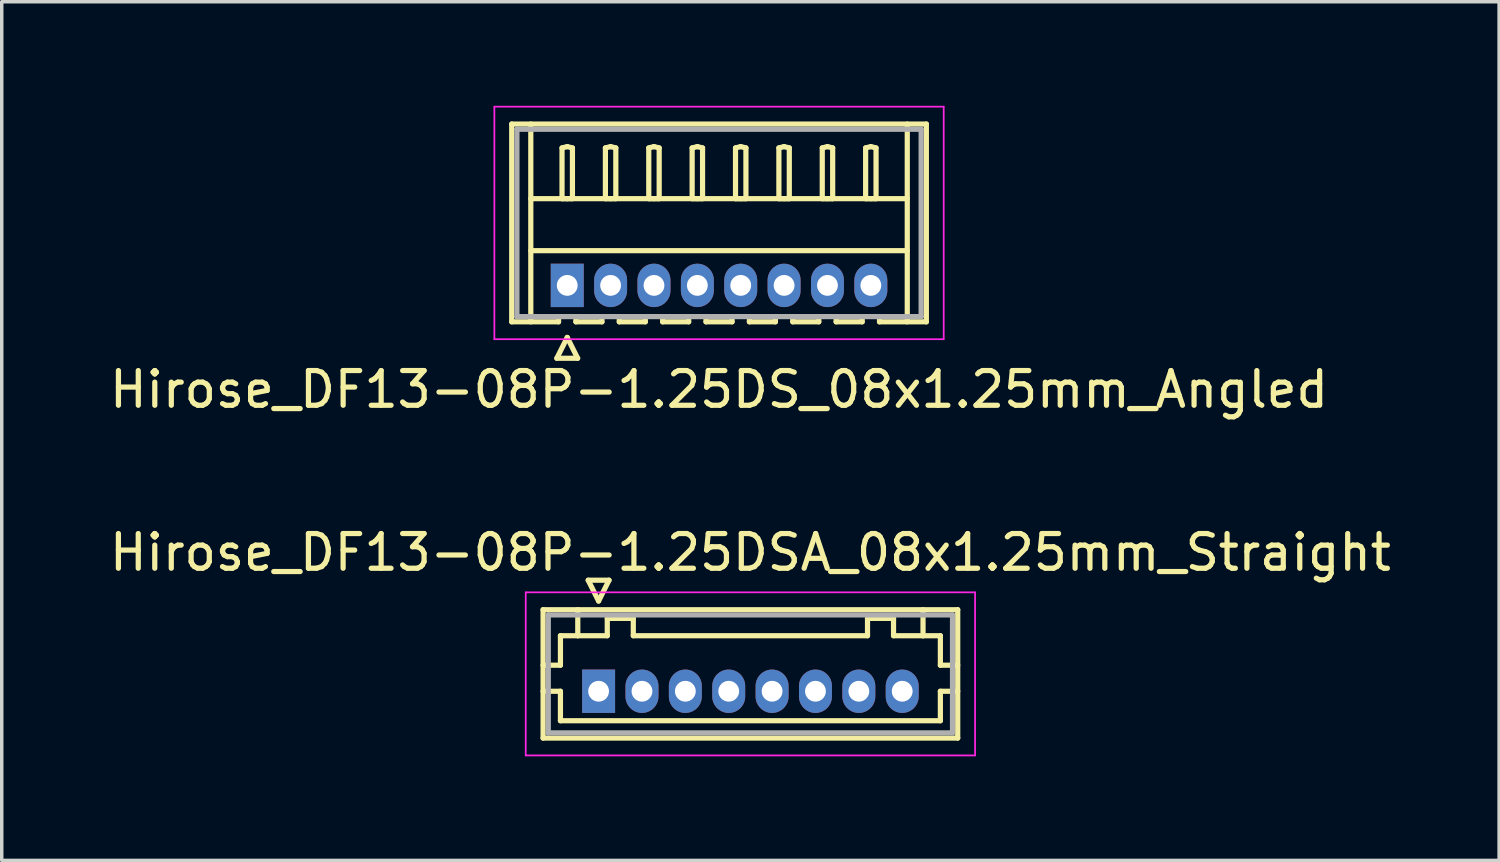
<source format=kicad_pcb>
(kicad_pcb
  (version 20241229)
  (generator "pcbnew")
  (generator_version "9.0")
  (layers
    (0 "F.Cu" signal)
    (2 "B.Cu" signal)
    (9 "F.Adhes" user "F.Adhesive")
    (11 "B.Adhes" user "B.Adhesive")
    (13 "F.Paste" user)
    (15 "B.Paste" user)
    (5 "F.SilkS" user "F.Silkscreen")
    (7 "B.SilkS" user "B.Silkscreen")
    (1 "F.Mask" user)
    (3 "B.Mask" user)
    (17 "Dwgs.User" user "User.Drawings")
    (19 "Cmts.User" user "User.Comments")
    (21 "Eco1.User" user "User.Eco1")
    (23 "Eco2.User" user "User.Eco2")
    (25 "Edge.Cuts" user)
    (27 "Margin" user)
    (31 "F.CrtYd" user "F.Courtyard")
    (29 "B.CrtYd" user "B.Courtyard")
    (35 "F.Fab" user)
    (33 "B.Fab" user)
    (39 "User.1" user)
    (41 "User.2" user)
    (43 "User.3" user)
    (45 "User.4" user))
  (footprint "Hirose_DF13-08P-1.25DS_08x1.25mm_Angled"
    (layer "F.Cu")
    (at 13.298 5.175)
    (property "Reference" "Hirose_DF13-08P-1.25DS_08x1.25mm_Angled" (at 4.375 3 0) (layer "F.SilkS") (effects (font (size 1 1) (thickness 0.15))))
    (attr through_hole)
    (fp_line (start -1.6 -4.65) (end 10.35 -4.65) (stroke (width 0.15) (type solid)) (layer "F.SilkS"))
    (fp_line (start -1.6 1.05) (end -1.6 -4.65) (stroke (width 0.15) (type solid)) (layer "F.SilkS"))
    (fp_line (start -1.05 -4.65) (end -1.05 1.05) (stroke (width 0.15) (type solid)) (layer "F.SilkS"))
    (fp_line (start -1.05 -2.5) (end 9.8 -2.5) (stroke (width 0.15) (type solid)) (layer "F.SilkS"))
    (fp_line (start -1.05 -1) (end 9.8 -1) (stroke (width 0.15) (type solid)) (layer "F.SilkS"))
    (fp_line (start -0.3 2.1) (end 0.3 2.1) (stroke (width 0.15) (type solid)) (layer "F.SilkS"))
    (fp_line (start -0.25 0.9) (end -0.25 1.05) (stroke (width 0.15) (type solid)) (layer "F.SilkS"))
    (fp_line (start -0.25 1.05) (end -1.6 1.05) (stroke (width 0.15) (type solid)) (layer "F.SilkS"))
    (fp_line (start -0.15 -3.962) (end 0 -4) (stroke (width 0.15) (type solid)) (layer "F.SilkS"))
    (fp_line (start -0.15 -2.5) (end -0.15 -3.962) (stroke (width 0.15) (type solid)) (layer "F.SilkS"))
    (fp_line (start 0 -4) (end 0.15 -3.962) (stroke (width 0.15) (type solid)) (layer "F.SilkS"))
    (fp_line (start 0 -2.5) (end -0.15 -2.5) (stroke (width 0.15) (type solid)) (layer "F.SilkS"))
    (fp_line (start 0 1.5) (end -0.3 2.1) (stroke (width 0.15) (type solid)) (layer "F.SilkS"))
    (fp_line (start 0.15 -3.962) (end 0.15 -2.5) (stroke (width 0.15) (type solid)) (layer "F.SilkS"))
    (fp_line (start 0.15 -2.5) (end 0 -2.5) (stroke (width 0.15) (type solid)) (layer "F.SilkS"))
    (fp_line (start 0.25 0.9) (end 0.25 1.05) (stroke (width 0.15) (type solid)) (layer "F.SilkS"))
    (fp_line (start 0.25 1.05) (end 1 1.05) (stroke (width 0.15) (type solid)) (layer "F.SilkS"))
    (fp_line (start 0.3 2.1) (end 0 1.5) (stroke (width 0.15) (type solid)) (layer "F.SilkS"))
    (fp_line (start 1 1.05) (end 1 0.9) (stroke (width 0.15) (type solid)) (layer "F.SilkS"))
    (fp_line (start 1.1 -3.962) (end 1.25 -4) (stroke (width 0.15) (type solid)) (layer "F.SilkS"))
    (fp_line (start 1.1 -2.5) (end 1.1 -3.962) (stroke (width 0.15) (type solid)) (layer "F.SilkS"))
    (fp_line (start 1.25 -4) (end 1.4 -3.962) (stroke (width 0.15) (type solid)) (layer "F.SilkS"))
    (fp_line (start 1.25 -2.5) (end 1.1 -2.5) (stroke (width 0.15) (type solid)) (layer "F.SilkS"))
    (fp_line (start 1.4 -3.962) (end 1.4 -2.5) (stroke (width 0.15) (type solid)) (layer "F.SilkS"))
    (fp_line (start 1.4 -2.5) (end 1.25 -2.5) (stroke (width 0.15) (type solid)) (layer "F.SilkS"))
    (fp_line (start 1.5 0.9) (end 1.5 1.05) (stroke (width 0.15) (type solid)) (layer "F.SilkS"))
    (fp_line (start 1.5 1.05) (end 2.25 1.05) (stroke (width 0.15) (type solid)) (layer "F.SilkS"))
    (fp_line (start 2.25 1.05) (end 2.25 0.9) (stroke (width 0.15) (type solid)) (layer "F.SilkS"))
    (fp_line (start 2.35 -3.962) (end 2.5 -4) (stroke (width 0.15) (type solid)) (layer "F.SilkS"))
    (fp_line (start 2.35 -2.5) (end 2.35 -3.962) (stroke (width 0.15) (type solid)) (layer "F.SilkS"))
    (fp_line (start 2.5 -4) (end 2.65 -3.962) (stroke (width 0.15) (type solid)) (layer "F.SilkS"))
    (fp_line (start 2.5 -2.5) (end 2.35 -2.5) (stroke (width 0.15) (type solid)) (layer "F.SilkS"))
    (fp_line (start 2.65 -3.962) (end 2.65 -2.5) (stroke (width 0.15) (type solid)) (layer "F.SilkS"))
    (fp_line (start 2.65 -2.5) (end 2.5 -2.5) (stroke (width 0.15) (type solid)) (layer "F.SilkS"))
    (fp_line (start 2.75 0.9) (end 2.75 1.05) (stroke (width 0.15) (type solid)) (layer "F.SilkS"))
    (fp_line (start 2.75 1.05) (end 3.5 1.05) (stroke (width 0.15) (type solid)) (layer "F.SilkS"))
    (fp_line (start 3.5 1.05) (end 3.5 0.9) (stroke (width 0.15) (type solid)) (layer "F.SilkS"))
    (fp_line (start 3.6 -3.962) (end 3.75 -4) (stroke (width 0.15) (type solid)) (layer "F.SilkS"))
    (fp_line (start 3.6 -2.5) (end 3.6 -3.962) (stroke (width 0.15) (type solid)) (layer "F.SilkS"))
    (fp_line (start 3.75 -4) (end 3.9 -3.962) (stroke (width 0.15) (type solid)) (layer "F.SilkS"))
    (fp_line (start 3.75 -2.5) (end 3.6 -2.5) (stroke (width 0.15) (type solid)) (layer "F.SilkS"))
    (fp_line (start 3.9 -3.962) (end 3.9 -2.5) (stroke (width 0.15) (type solid)) (layer "F.SilkS"))
    (fp_line (start 3.9 -2.5) (end 3.75 -2.5) (stroke (width 0.15) (type solid)) (layer "F.SilkS"))
    (fp_line (start 4 0.9) (end 4 1.05) (stroke (width 0.15) (type solid)) (layer "F.SilkS"))
    (fp_line (start 4 1.05) (end 4.75 1.05) (stroke (width 0.15) (type solid)) (layer "F.SilkS"))
    (fp_line (start 4.75 1.05) (end 4.75 0.9) (stroke (width 0.15) (type solid)) (layer "F.SilkS"))
    (fp_line (start 4.85 -3.962) (end 5 -4) (stroke (width 0.15) (type solid)) (layer "F.SilkS"))
    (fp_line (start 4.85 -2.5) (end 4.85 -3.962) (stroke (width 0.15) (type solid)) (layer "F.SilkS"))
    (fp_line (start 5 -4) (end 5.15 -3.962) (stroke (width 0.15) (type solid)) (layer "F.SilkS"))
    (fp_line (start 5 -2.5) (end 4.85 -2.5) (stroke (width 0.15) (type solid)) (layer "F.SilkS"))
    (fp_line (start 5.15 -3.962) (end 5.15 -2.5) (stroke (width 0.15) (type solid)) (layer "F.SilkS"))
    (fp_line (start 5.15 -2.5) (end 5 -2.5) (stroke (width 0.15) (type solid)) (layer "F.SilkS"))
    (fp_line (start 5.25 0.9) (end 5.25 1.05) (stroke (width 0.15) (type solid)) (layer "F.SilkS"))
    (fp_line (start 5.25 1.05) (end 6 1.05) (stroke (width 0.15) (type solid)) (layer "F.SilkS"))
    (fp_line (start 6 1.05) (end 6 0.9) (stroke (width 0.15) (type solid)) (layer "F.SilkS"))
    (fp_line (start 6.1 -3.962) (end 6.25 -4) (stroke (width 0.15) (type solid)) (layer "F.SilkS"))
    (fp_line (start 6.1 -2.5) (end 6.1 -3.962) (stroke (width 0.15) (type solid)) (layer "F.SilkS"))
    (fp_line (start 6.25 -4) (end 6.4 -3.962) (stroke (width 0.15) (type solid)) (layer "F.SilkS"))
    (fp_line (start 6.25 -2.5) (end 6.1 -2.5) (stroke (width 0.15) (type solid)) (layer "F.SilkS"))
    (fp_line (start 6.4 -3.962) (end 6.4 -2.5) (stroke (width 0.15) (type solid)) (layer "F.SilkS"))
    (fp_line (start 6.4 -2.5) (end 6.25 -2.5) (stroke (width 0.15) (type solid)) (layer "F.SilkS"))
    (fp_line (start 6.5 0.9) (end 6.5 1.05) (stroke (width 0.15) (type solid)) (layer "F.SilkS"))
    (fp_line (start 6.5 1.05) (end 7.25 1.05) (stroke (width 0.15) (type solid)) (layer "F.SilkS"))
    (fp_line (start 7.25 1.05) (end 7.25 0.9) (stroke (width 0.15) (type solid)) (layer "F.SilkS"))
    (fp_line (start 7.35 -3.962) (end 7.5 -4) (stroke (width 0.15) (type solid)) (layer "F.SilkS"))
    (fp_line (start 7.35 -2.5) (end 7.35 -3.962) (stroke (width 0.15) (type solid)) (layer "F.SilkS"))
    (fp_line (start 7.5 -4) (end 7.65 -3.962) (stroke (width 0.15) (type solid)) (layer "F.SilkS"))
    (fp_line (start 7.5 -2.5) (end 7.35 -2.5) (stroke (width 0.15) (type solid)) (layer "F.SilkS"))
    (fp_line (start 7.65 -3.962) (end 7.65 -2.5) (stroke (width 0.15) (type solid)) (layer "F.SilkS"))
    (fp_line (start 7.65 -2.5) (end 7.5 -2.5) (stroke (width 0.15) (type solid)) (layer "F.SilkS"))
    (fp_line (start 7.75 0.9) (end 7.75 1.05) (stroke (width 0.15) (type solid)) (layer "F.SilkS"))
    (fp_line (start 7.75 1.05) (end 8.5 1.05) (stroke (width 0.15) (type solid)) (layer "F.SilkS"))
    (fp_line (start 8.5 1.05) (end 8.5 0.9) (stroke (width 0.15) (type solid)) (layer "F.SilkS"))
    (fp_line (start 8.6 -3.962) (end 8.75 -4) (stroke (width 0.15) (type solid)) (layer "F.SilkS"))
    (fp_line (start 8.6 -2.5) (end 8.6 -3.962) (stroke (width 0.15) (type solid)) (layer "F.SilkS"))
    (fp_line (start 8.75 -4) (end 8.9 -3.962) (stroke (width 0.15) (type solid)) (layer "F.SilkS"))
    (fp_line (start 8.75 -2.5) (end 8.6 -2.5) (stroke (width 0.15) (type solid)) (layer "F.SilkS"))
    (fp_line (start 8.9 -3.962) (end 8.9 -2.5) (stroke (width 0.15) (type solid)) (layer "F.SilkS"))
    (fp_line (start 8.9 -2.5) (end 8.75 -2.5) (stroke (width 0.15) (type solid)) (layer "F.SilkS"))
    (fp_line (start 9 1.05) (end 9 0.9) (stroke (width 0.15) (type solid)) (layer "F.SilkS"))
    (fp_line (start 9.8 -4.65) (end 9.8 1.05) (stroke (width 0.15) (type solid)) (layer "F.SilkS"))
    (fp_line (start 10.35 -4.65) (end 10.35 1.05) (stroke (width 0.15) (type solid)) (layer "F.SilkS"))
    (fp_line (start 10.35 1.05) (end 9 1.05) (stroke (width 0.15) (type solid)) (layer "F.SilkS"))
    (fp_line (start -2.1 -5.15) (end -2.1 1.55) (stroke (width 0.05) (type solid)) (layer "F.CrtYd"))
    (fp_line (start -2.1 1.55) (end 10.85 1.55) (stroke (width 0.05) (type solid)) (layer "F.CrtYd"))
    (fp_line (start 10.85 -5.15) (end -2.1 -5.15) (stroke (width 0.05) (type solid)) (layer "F.CrtYd"))
    (fp_line (start 10.85 1.55) (end 10.85 -5.15) (stroke (width 0.05) (type solid)) (layer "F.CrtYd"))
    (fp_line (start -1.45 -4.5) (end -1.45 0.9) (stroke (width 0.15) (type solid)) (layer "F.Fab"))
    (fp_line (start -1.45 0.9) (end 10.2 0.9) (stroke (width 0.15) (type solid)) (layer "F.Fab"))
    (fp_line (start 10.2 -4.5) (end -1.45 -4.5) (stroke (width 0.15) (type solid)) (layer "F.Fab"))
    (fp_line (start 10.2 0.9) (end 10.2 -4.5) (stroke (width 0.15) (type solid)) (layer "F.Fab"))
    (pad "1" thru_hole rect (at 0 0) (size 0.95 1.25) (drill 0.6) (layers "*.Cu" "*.Mask"))
    (pad "2" thru_hole oval (at 1.25 0) (size 0.95 1.25) (drill 0.6) (layers "*.Cu" "*.Mask"))
    (pad "3" thru_hole oval (at 2.5 0) (size 0.95 1.25) (drill 0.6) (layers "*.Cu" "*.Mask"))
    (pad "4" thru_hole oval (at 3.75 0) (size 0.95 1.25) (drill 0.6) (layers "*.Cu" "*.Mask"))
    (pad "5" thru_hole oval (at 5 0) (size 0.95 1.25) (drill 0.6) (layers "*.Cu" "*.Mask"))
    (pad "6" thru_hole oval (at 6.25 0) (size 0.95 1.25) (drill 0.6) (layers "*.Cu" "*.Mask"))
    (pad "7" thru_hole oval (at 7.5 0) (size 0.95 1.25) (drill 0.6) (layers "*.Cu" "*.Mask"))
    (pad "8" thru_hole oval (at 8.75 0) (size 0.95 1.25) (drill 0.6) (layers "*.Cu" "*.Mask")))
  (footprint "Hirose_DF13-08P-1.25DSA_08x1.25mm_Straight"
    (layer "F.Cu")
    (at 14.202 16.872)
    (property "Reference" "Hirose_DF13-08P-1.25DSA_08x1.25mm_Straight" (at 4.375 -4 0) (layer "F.SilkS") (effects (font (size 1 1) (thickness 0.15))))
    (attr through_hole)
    (fp_line (start -1.6 -2.35) (end -1.6 1.35) (stroke (width 0.15) (type solid)) (layer "F.SilkS"))
    (fp_line (start -1.6 -0.75) (end -1.1 -0.75) (stroke (width 0.15) (type solid)) (layer "F.SilkS"))
    (fp_line (start -1.6 0) (end -1.1 0) (stroke (width 0.15) (type solid)) (layer "F.SilkS"))
    (fp_line (start -1.6 1.35) (end 10.35 1.35) (stroke (width 0.15) (type solid)) (layer "F.SilkS"))
    (fp_line (start -1.1 -1.6) (end -0.6 -1.6) (stroke (width 0.15) (type solid)) (layer "F.SilkS"))
    (fp_line (start -1.1 -0.75) (end -1.1 -1.6) (stroke (width 0.15) (type solid)) (layer "F.SilkS"))
    (fp_line (start -1.1 0) (end -1.1 0.85) (stroke (width 0.15) (type solid)) (layer "F.SilkS"))
    (fp_line (start -1.1 0.85) (end 9.85 0.85) (stroke (width 0.15) (type solid)) (layer "F.SilkS"))
    (fp_line (start -0.6 -1.6) (end -0.6 -2.35) (stroke (width 0.15) (type solid)) (layer "F.SilkS"))
    (fp_line (start -0.6 -1.6) (end 0.25 -1.6) (stroke (width 0.15) (type solid)) (layer "F.SilkS"))
    (fp_line (start -0.3 -3.2) (end 0.3 -3.2) (stroke (width 0.15) (type solid)) (layer "F.SilkS"))
    (fp_line (start 0 -2.6) (end -0.3 -3.2) (stroke (width 0.15) (type solid)) (layer "F.SilkS"))
    (fp_line (start 0.25 -2.1) (end 1 -2.1) (stroke (width 0.15) (type solid)) (layer "F.SilkS"))
    (fp_line (start 0.25 -1.6) (end 0.25 -2.1) (stroke (width 0.15) (type solid)) (layer "F.SilkS"))
    (fp_line (start 0.3 -3.2) (end 0 -2.6) (stroke (width 0.15) (type solid)) (layer "F.SilkS"))
    (fp_line (start 1 -2.1) (end 1 -1.6) (stroke (width 0.15) (type solid)) (layer "F.SilkS"))
    (fp_line (start 1 -1.6) (end 7.75 -1.6) (stroke (width 0.15) (type solid)) (layer "F.SilkS"))
    (fp_line (start 7.75 -2.1) (end 8.5 -2.1) (stroke (width 0.15) (type solid)) (layer "F.SilkS"))
    (fp_line (start 7.75 -1.6) (end 7.75 -2.1) (stroke (width 0.15) (type solid)) (layer "F.SilkS"))
    (fp_line (start 8.5 -2.1) (end 8.5 -1.6) (stroke (width 0.15) (type solid)) (layer "F.SilkS"))
    (fp_line (start 8.5 -1.6) (end 9.35 -1.6) (stroke (width 0.15) (type solid)) (layer "F.SilkS"))
    (fp_line (start 9.35 -1.6) (end 9.35 -2.35) (stroke (width 0.15) (type solid)) (layer "F.SilkS"))
    (fp_line (start 9.85 -1.6) (end 9.35 -1.6) (stroke (width 0.15) (type solid)) (layer "F.SilkS"))
    (fp_line (start 9.85 -0.75) (end 9.85 -1.6) (stroke (width 0.15) (type solid)) (layer "F.SilkS"))
    (fp_line (start 9.85 0) (end 10.35 0) (stroke (width 0.15) (type solid)) (layer "F.SilkS"))
    (fp_line (start 9.85 0.85) (end 9.85 0) (stroke (width 0.15) (type solid)) (layer "F.SilkS"))
    (fp_line (start 10.35 -2.35) (end -1.6 -2.35) (stroke (width 0.15) (type solid)) (layer "F.SilkS"))
    (fp_line (start 10.35 -0.75) (end 9.85 -0.75) (stroke (width 0.15) (type solid)) (layer "F.SilkS"))
    (fp_line (start 10.35 1.35) (end 10.35 -2.35) (stroke (width 0.15) (type solid)) (layer "F.SilkS"))
    (fp_line (start -2.1 -2.85) (end -2.1 1.85) (stroke (width 0.05) (type solid)) (layer "F.CrtYd"))
    (fp_line (start -2.1 1.85) (end 10.85 1.85) (stroke (width 0.05) (type solid)) (layer "F.CrtYd"))
    (fp_line (start 10.85 -2.85) (end -2.1 -2.85) (stroke (width 0.05) (type solid)) (layer "F.CrtYd"))
    (fp_line (start 10.85 1.85) (end 10.85 -2.85) (stroke (width 0.05) (type solid)) (layer "F.CrtYd"))
    (fp_line (start -1.45 -2.2) (end -1.45 1.2) (stroke (width 0.15) (type solid)) (layer "F.Fab"))
    (fp_line (start -1.45 1.2) (end 10.2 1.2) (stroke (width 0.15) (type solid)) (layer "F.Fab"))
    (fp_line (start 10.2 -2.2) (end -1.45 -2.2) (stroke (width 0.15) (type solid)) (layer "F.Fab"))
    (fp_line (start 10.2 1.2) (end 10.2 -2.2) (stroke (width 0.15) (type solid)) (layer "F.Fab"))
    (pad "1" thru_hole rect (at 0 0) (size 0.95 1.25) (drill 0.6) (layers "*.Cu" "*.Mask"))
    (pad "2" thru_hole oval (at 1.25 0) (size 0.95 1.25) (drill 0.6) (layers "*.Cu" "*.Mask"))
    (pad "3" thru_hole oval (at 2.5 0) (size 0.95 1.25) (drill 0.6) (layers "*.Cu" "*.Mask"))
    (pad "4" thru_hole oval (at 3.75 0) (size 0.95 1.25) (drill 0.6) (layers "*.Cu" "*.Mask"))
    (pad "5" thru_hole oval (at 5 0) (size 0.95 1.25) (drill 0.6) (layers "*.Cu" "*.Mask"))
    (pad "6" thru_hole oval (at 6.25 0) (size 0.95 1.25) (drill 0.6) (layers "*.Cu" "*.Mask"))
    (pad "7" thru_hole oval (at 7.5 0) (size 0.95 1.25) (drill 0.6) (layers "*.Cu" "*.Mask"))
    (pad "8" thru_hole oval (at 8.75 0) (size 0.95 1.25) (drill 0.6) (layers "*.Cu" "*.Mask")))
  (gr_rect
    (start -3 -3)
    (end 40.155 21.747)
    (stroke (width 0.1) (type default))
    (fill no)
    (layer "Edge.Cuts")))
</source>
